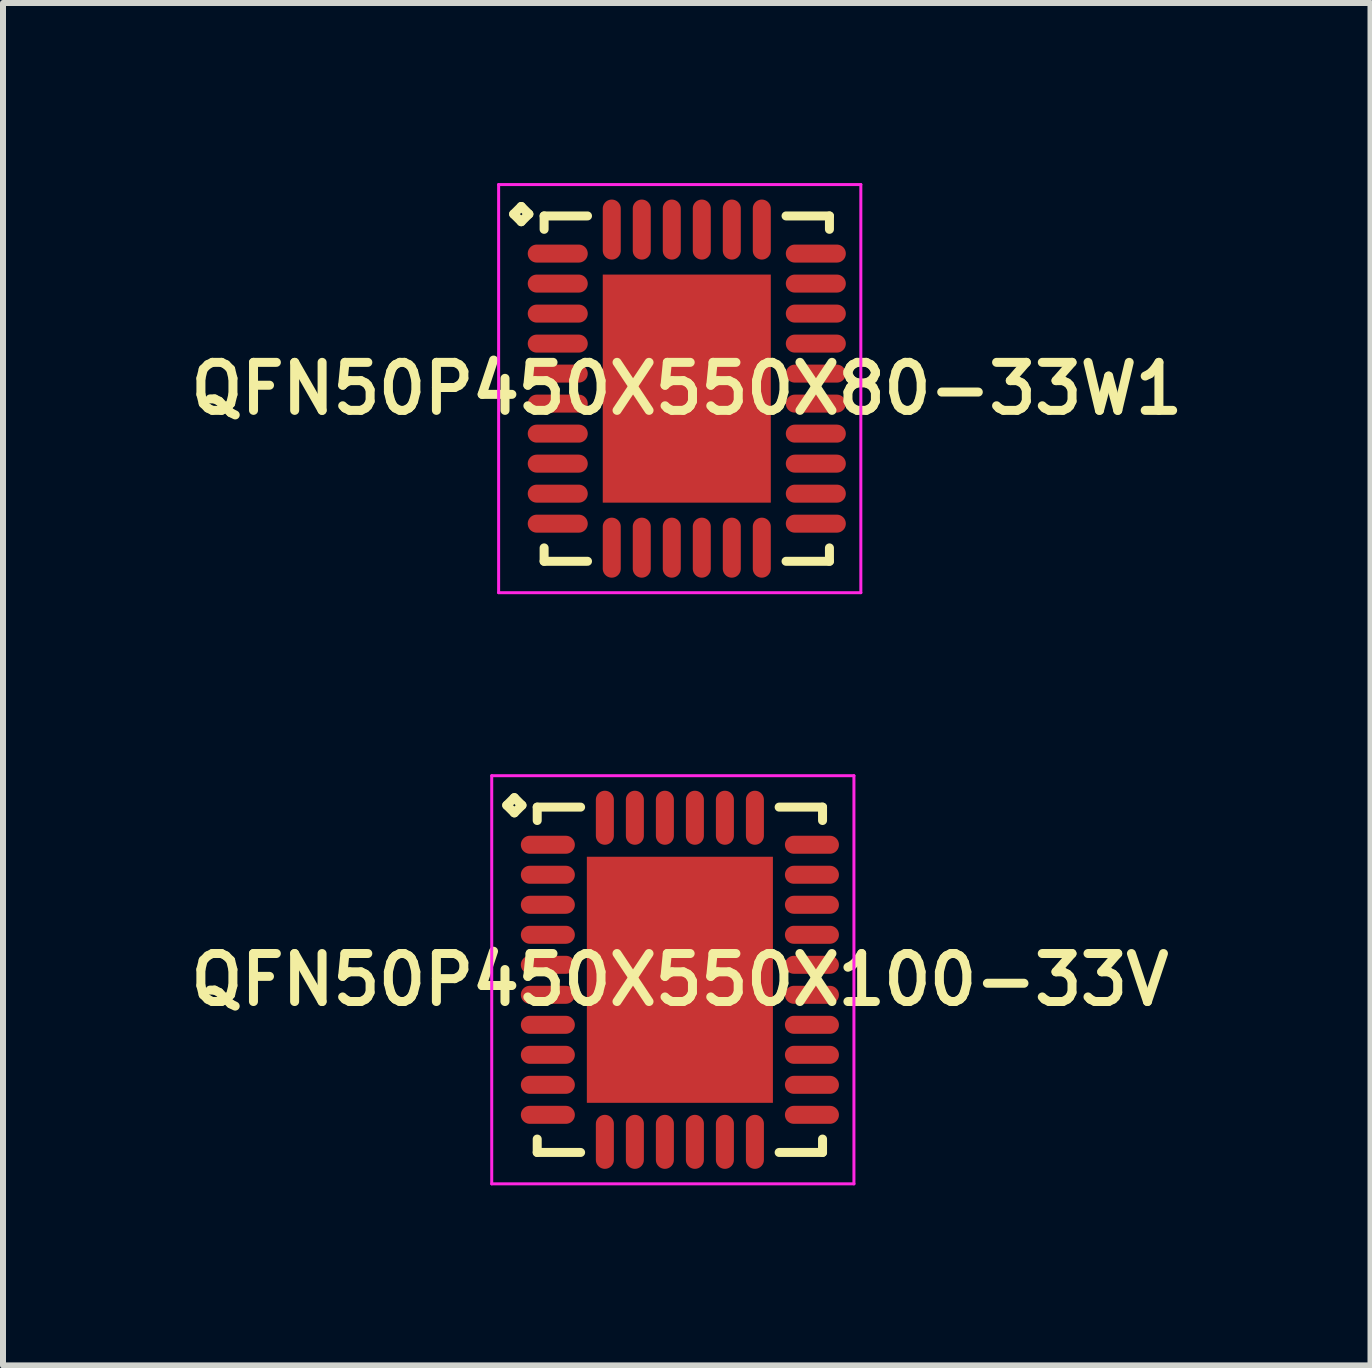
<source format=kicad_pcb>
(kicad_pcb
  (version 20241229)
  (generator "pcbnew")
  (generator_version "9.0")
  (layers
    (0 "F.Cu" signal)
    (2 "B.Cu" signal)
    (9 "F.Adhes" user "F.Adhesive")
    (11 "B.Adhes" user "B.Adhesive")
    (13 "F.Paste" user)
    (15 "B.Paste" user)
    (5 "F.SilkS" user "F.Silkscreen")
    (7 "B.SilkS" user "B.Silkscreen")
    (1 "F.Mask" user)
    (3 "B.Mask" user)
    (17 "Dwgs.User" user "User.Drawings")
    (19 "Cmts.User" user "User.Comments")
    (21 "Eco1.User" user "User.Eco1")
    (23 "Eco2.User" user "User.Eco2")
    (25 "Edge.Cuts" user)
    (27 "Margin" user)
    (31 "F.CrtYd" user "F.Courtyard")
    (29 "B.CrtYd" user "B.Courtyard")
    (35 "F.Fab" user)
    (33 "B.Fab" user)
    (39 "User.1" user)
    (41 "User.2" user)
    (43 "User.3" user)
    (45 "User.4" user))
  (footprint "QFN50P450X550X100-33V"
    (layer "F.Cu")
    (at 8.278 13.275)
    (property "Reference" "QFN50P450X550X100-33V" (at 0 0 0) (layer "F.SilkS") (effects (font (size 0.8 0.8) (thickness 0.15))))
    (attr smd)
    (fp_line (start -2.885 -2.908) (end -2.758 -3.035) (stroke (width 0.15) (type solid)) (layer "F.SilkS"))
    (fp_line (start -2.758 -3.035) (end -2.631 -2.908) (stroke (width 0.15) (type solid)) (layer "F.SilkS"))
    (fp_line (start -2.758 -2.781) (end -2.885 -2.908) (stroke (width 0.15) (type solid)) (layer "F.SilkS"))
    (fp_line (start -2.631 -2.908) (end -2.758 -2.781) (stroke (width 0.15) (type solid)) (layer "F.SilkS"))
    (fp_line (start -2.377 -2.877) (end -1.654 -2.877) (stroke (width 0.15) (type solid)) (layer "F.SilkS"))
    (fp_line (start -2.377 -2.654) (end -2.377 -2.877) (stroke (width 0.15) (type solid)) (layer "F.SilkS"))
    (fp_line (start -2.377 2.654) (end -2.377 2.877) (stroke (width 0.15) (type solid)) (layer "F.SilkS"))
    (fp_line (start -2.377 2.877) (end -1.654 2.877) (stroke (width 0.15) (type solid)) (layer "F.SilkS"))
    (fp_line (start 1.654 -2.877) (end 2.377 -2.877) (stroke (width 0.15) (type solid)) (layer "F.SilkS"))
    (fp_line (start 1.654 2.877) (end 2.377 2.877) (stroke (width 0.15) (type solid)) (layer "F.SilkS"))
    (fp_line (start 2.377 -2.877) (end 2.377 -2.654) (stroke (width 0.15) (type solid)) (layer "F.SilkS"))
    (fp_line (start 2.377 2.877) (end 2.377 2.654) (stroke (width 0.15) (type solid)) (layer "F.SilkS"))
    (fp_line (start -3.135 -3.4) (end 2.9 -3.4) (stroke (width 0.05) (type solid)) (layer "F.CrtYd"))
    (fp_line (start -3.135 3.4) (end -3.135 -3.4) (stroke (width 0.05) (type solid)) (layer "F.CrtYd"))
    (fp_line (start 2.9 -3.4) (end 2.9 3.4) (stroke (width 0.05) (type solid)) (layer "F.CrtYd"))
    (fp_line (start 2.9 3.4) (end -3.135 3.4) (stroke (width 0.05) (type solid)) (layer "F.CrtYd"))
    (pad "1" smd oval (at -2.2 -2.25) (size 0.9 0.3) (layers "F.Cu" "F.Mask" "F.Paste"))
    (pad "2" smd oval (at -2.2 -1.75) (size 0.9 0.3) (layers "F.Cu" "F.Mask" "F.Paste"))
    (pad "3" smd oval (at -2.2 -1.25) (size 0.9 0.3) (layers "F.Cu" "F.Mask" "F.Paste"))
    (pad "4" smd oval (at -2.2 -0.75) (size 0.9 0.3) (layers "F.Cu" "F.Mask" "F.Paste"))
    (pad "5" smd oval (at -2.2 -0.25) (size 0.9 0.3) (layers "F.Cu" "F.Mask" "F.Paste"))
    (pad "6" smd oval (at -2.2 0.25) (size 0.9 0.3) (layers "F.Cu" "F.Mask" "F.Paste"))
    (pad "7" smd oval (at -2.2 0.75) (size 0.9 0.3) (layers "F.Cu" "F.Mask" "F.Paste"))
    (pad "8" smd oval (at -2.2 1.25) (size 0.9 0.3) (layers "F.Cu" "F.Mask" "F.Paste"))
    (pad "9" smd oval (at -2.2 1.75) (size 0.9 0.3) (layers "F.Cu" "F.Mask" "F.Paste"))
    (pad "10" smd oval (at -2.2 2.25) (size 0.9 0.3) (layers "F.Cu" "F.Mask" "F.Paste"))
    (pad "11" smd oval (at -1.25 2.7) (size 0.3 0.9) (layers "F.Cu" "F.Mask" "F.Paste"))
    (pad "12" smd oval (at -0.75 2.7) (size 0.3 0.9) (layers "F.Cu" "F.Mask" "F.Paste"))
    (pad "13" smd oval (at -0.25 2.7) (size 0.3 0.9) (layers "F.Cu" "F.Mask" "F.Paste"))
    (pad "14" smd oval (at 0.25 2.7) (size 0.3 0.9) (layers "F.Cu" "F.Mask" "F.Paste"))
    (pad "15" smd oval (at 0.75 2.7) (size 0.3 0.9) (layers "F.Cu" "F.Mask" "F.Paste"))
    (pad "16" smd oval (at 1.25 2.7) (size 0.3 0.9) (layers "F.Cu" "F.Mask" "F.Paste"))
    (pad "17" smd oval (at 2.2 2.25) (size 0.9 0.3) (layers "F.Cu" "F.Mask" "F.Paste"))
    (pad "18" smd oval (at 2.2 1.75) (size 0.9 0.3) (layers "F.Cu" "F.Mask" "F.Paste"))
    (pad "19" smd oval (at 2.2 1.25) (size 0.9 0.3) (layers "F.Cu" "F.Mask" "F.Paste"))
    (pad "20" smd oval (at 2.2 0.75) (size 0.9 0.3) (layers "F.Cu" "F.Mask" "F.Paste"))
    (pad "21" smd oval (at 2.2 0.25) (size 0.9 0.3) (layers "F.Cu" "F.Mask" "F.Paste"))
    (pad "22" smd oval (at 2.2 -0.25) (size 0.9 0.3) (layers "F.Cu" "F.Mask" "F.Paste"))
    (pad "23" smd oval (at 2.2 -0.75) (size 0.9 0.3) (layers "F.Cu" "F.Mask" "F.Paste"))
    (pad "24" smd oval (at 2.2 -1.25) (size 0.9 0.3) (layers "F.Cu" "F.Mask" "F.Paste"))
    (pad "25" smd oval (at 2.2 -1.75) (size 0.9 0.3) (layers "F.Cu" "F.Mask" "F.Paste"))
    (pad "26" smd oval (at 2.2 -2.25) (size 0.9 0.3) (layers "F.Cu" "F.Mask" "F.Paste"))
    (pad "27" smd oval (at 1.25 -2.7) (size 0.3 0.9) (layers "F.Cu" "F.Mask" "F.Paste"))
    (pad "28" smd oval (at 0.75 -2.7) (size 0.3 0.9) (layers "F.Cu" "F.Mask" "F.Paste"))
    (pad "29" smd oval (at 0.25 -2.7) (size 0.3 0.9) (layers "F.Cu" "F.Mask" "F.Paste"))
    (pad "30" smd oval (at -0.25 -2.7) (size 0.3 0.9) (layers "F.Cu" "F.Mask" "F.Paste"))
    (pad "31" smd oval (at -0.75 -2.7) (size 0.3 0.9) (layers "F.Cu" "F.Mask" "F.Paste"))
    (pad "32" smd oval (at -1.25 -2.7) (size 0.3 0.9) (layers "F.Cu" "F.Mask" "F.Paste"))
    (pad "33" smd rect (at 0 0) (size 3.1 4.1) (layers "F.Cu" "F.Mask" "F.Paste")))
  (footprint "QFN50P450X550X80-33W1"
    (layer "F.Cu")
    (at 8.393 3.425)
    (property "Reference" "QFN50P450X550X80-33W1" (at 0 0 0) (layer "F.SilkS") (effects (font (size 0.8 0.8) (thickness 0.15))))
    (attr smd)
    (fp_line (start -2.885 -2.908) (end -2.758 -3.035) (stroke (width 0.15) (type solid)) (layer "F.SilkS"))
    (fp_line (start -2.758 -3.035) (end -2.631 -2.908) (stroke (width 0.15) (type solid)) (layer "F.SilkS"))
    (fp_line (start -2.758 -2.781) (end -2.885 -2.908) (stroke (width 0.15) (type solid)) (layer "F.SilkS"))
    (fp_line (start -2.631 -2.908) (end -2.758 -2.781) (stroke (width 0.15) (type solid)) (layer "F.SilkS"))
    (fp_line (start -2.377 -2.877) (end -1.654 -2.877) (stroke (width 0.15) (type solid)) (layer "F.SilkS"))
    (fp_line (start -2.377 -2.654) (end -2.377 -2.877) (stroke (width 0.15) (type solid)) (layer "F.SilkS"))
    (fp_line (start -2.377 2.654) (end -2.377 2.877) (stroke (width 0.15) (type solid)) (layer "F.SilkS"))
    (fp_line (start -2.377 2.877) (end -1.654 2.877) (stroke (width 0.15) (type solid)) (layer "F.SilkS"))
    (fp_line (start 1.654 -2.877) (end 2.377 -2.877) (stroke (width 0.15) (type solid)) (layer "F.SilkS"))
    (fp_line (start 1.654 2.877) (end 2.377 2.877) (stroke (width 0.15) (type solid)) (layer "F.SilkS"))
    (fp_line (start 2.377 -2.877) (end 2.377 -2.654) (stroke (width 0.15) (type solid)) (layer "F.SilkS"))
    (fp_line (start 2.377 2.877) (end 2.377 2.654) (stroke (width 0.15) (type solid)) (layer "F.SilkS"))
    (fp_line (start -3.135 -3.4) (end 2.9 -3.4) (stroke (width 0.05) (type solid)) (layer "F.CrtYd"))
    (fp_line (start -3.135 3.4) (end -3.135 -3.4) (stroke (width 0.05) (type solid)) (layer "F.CrtYd"))
    (fp_line (start 2.9 -3.4) (end 2.9 3.4) (stroke (width 0.05) (type solid)) (layer "F.CrtYd"))
    (fp_line (start 2.9 3.4) (end -3.135 3.4) (stroke (width 0.05) (type solid)) (layer "F.CrtYd"))
    (pad "1" smd oval (at -2.15 -2.25) (size 1 0.3) (layers "F.Cu" "F.Mask" "F.Paste"))
    (pad "2" smd oval (at -2.15 -1.75) (size 1 0.3) (layers "F.Cu" "F.Mask" "F.Paste"))
    (pad "3" smd oval (at -2.15 -1.25) (size 1 0.3) (layers "F.Cu" "F.Mask" "F.Paste"))
    (pad "4" smd oval (at -2.15 -0.75) (size 1 0.3) (layers "F.Cu" "F.Mask" "F.Paste"))
    (pad "5" smd oval (at -2.15 -0.25) (size 1 0.3) (layers "F.Cu" "F.Mask" "F.Paste"))
    (pad "6" smd oval (at -2.15 0.25) (size 1 0.3) (layers "F.Cu" "F.Mask" "F.Paste"))
    (pad "7" smd oval (at -2.15 0.75) (size 1 0.3) (layers "F.Cu" "F.Mask" "F.Paste"))
    (pad "8" smd oval (at -2.15 1.25) (size 1 0.3) (layers "F.Cu" "F.Mask" "F.Paste"))
    (pad "9" smd oval (at -2.15 1.75) (size 1 0.3) (layers "F.Cu" "F.Mask" "F.Paste"))
    (pad "10" smd oval (at -2.15 2.25) (size 1 0.3) (layers "F.Cu" "F.Mask" "F.Paste"))
    (pad "11" smd oval (at -1.25 2.65) (size 0.3 1) (layers "F.Cu" "F.Mask" "F.Paste"))
    (pad "12" smd oval (at -0.75 2.65) (size 0.3 1) (layers "F.Cu" "F.Mask" "F.Paste"))
    (pad "13" smd oval (at -0.25 2.65) (size 0.3 1) (layers "F.Cu" "F.Mask" "F.Paste"))
    (pad "14" smd oval (at 0.25 2.65) (size 0.3 1) (layers "F.Cu" "F.Mask" "F.Paste"))
    (pad "15" smd oval (at 0.75 2.65) (size 0.3 1) (layers "F.Cu" "F.Mask" "F.Paste"))
    (pad "16" smd oval (at 1.25 2.65) (size 0.3 1) (layers "F.Cu" "F.Mask" "F.Paste"))
    (pad "17" smd oval (at 2.15 2.25) (size 1 0.3) (layers "F.Cu" "F.Mask" "F.Paste"))
    (pad "18" smd oval (at 2.15 1.75) (size 1 0.3) (layers "F.Cu" "F.Mask" "F.Paste"))
    (pad "19" smd oval (at 2.15 1.25) (size 1 0.3) (layers "F.Cu" "F.Mask" "F.Paste"))
    (pad "20" smd oval (at 2.15 0.75) (size 1 0.3) (layers "F.Cu" "F.Mask" "F.Paste"))
    (pad "21" smd oval (at 2.15 0.25) (size 1 0.3) (layers "F.Cu" "F.Mask" "F.Paste"))
    (pad "22" smd oval (at 2.15 -0.25) (size 1 0.3) (layers "F.Cu" "F.Mask" "F.Paste"))
    (pad "23" smd oval (at 2.15 -0.75) (size 1 0.3) (layers "F.Cu" "F.Mask" "F.Paste"))
    (pad "24" smd oval (at 2.15 -1.25) (size 1 0.3) (layers "F.Cu" "F.Mask" "F.Paste"))
    (pad "25" smd oval (at 2.15 -1.75) (size 1 0.3) (layers "F.Cu" "F.Mask" "F.Paste"))
    (pad "26" smd oval (at 2.15 -2.25) (size 1 0.3) (layers "F.Cu" "F.Mask" "F.Paste"))
    (pad "27" smd oval (at 1.25 -2.65) (size 0.3 1) (layers "F.Cu" "F.Mask" "F.Paste"))
    (pad "28" smd oval (at 0.75 -2.65) (size 0.3 1) (layers "F.Cu" "F.Mask" "F.Paste"))
    (pad "29" smd oval (at 0.25 -2.65) (size 0.3 1) (layers "F.Cu" "F.Mask" "F.Paste"))
    (pad "30" smd oval (at -0.25 -2.65) (size 0.3 1) (layers "F.Cu" "F.Mask" "F.Paste"))
    (pad "31" smd oval (at -0.75 -2.65) (size 0.3 1) (layers "F.Cu" "F.Mask" "F.Paste"))
    (pad "32" smd oval (at -1.25 -2.65) (size 0.3 1) (layers "F.Cu" "F.Mask" "F.Paste"))
    (pad "33" smd rect (at 0 0) (size 2.8 3.8) (layers "F.Cu" "F.Mask" "F.Paste")))
  (gr_rect
    (start -3 -3)
    (end 19.785 19.7)
    (stroke (width 0.1) (type default))
    (fill no)
    (layer "Edge.Cuts")))
</source>
